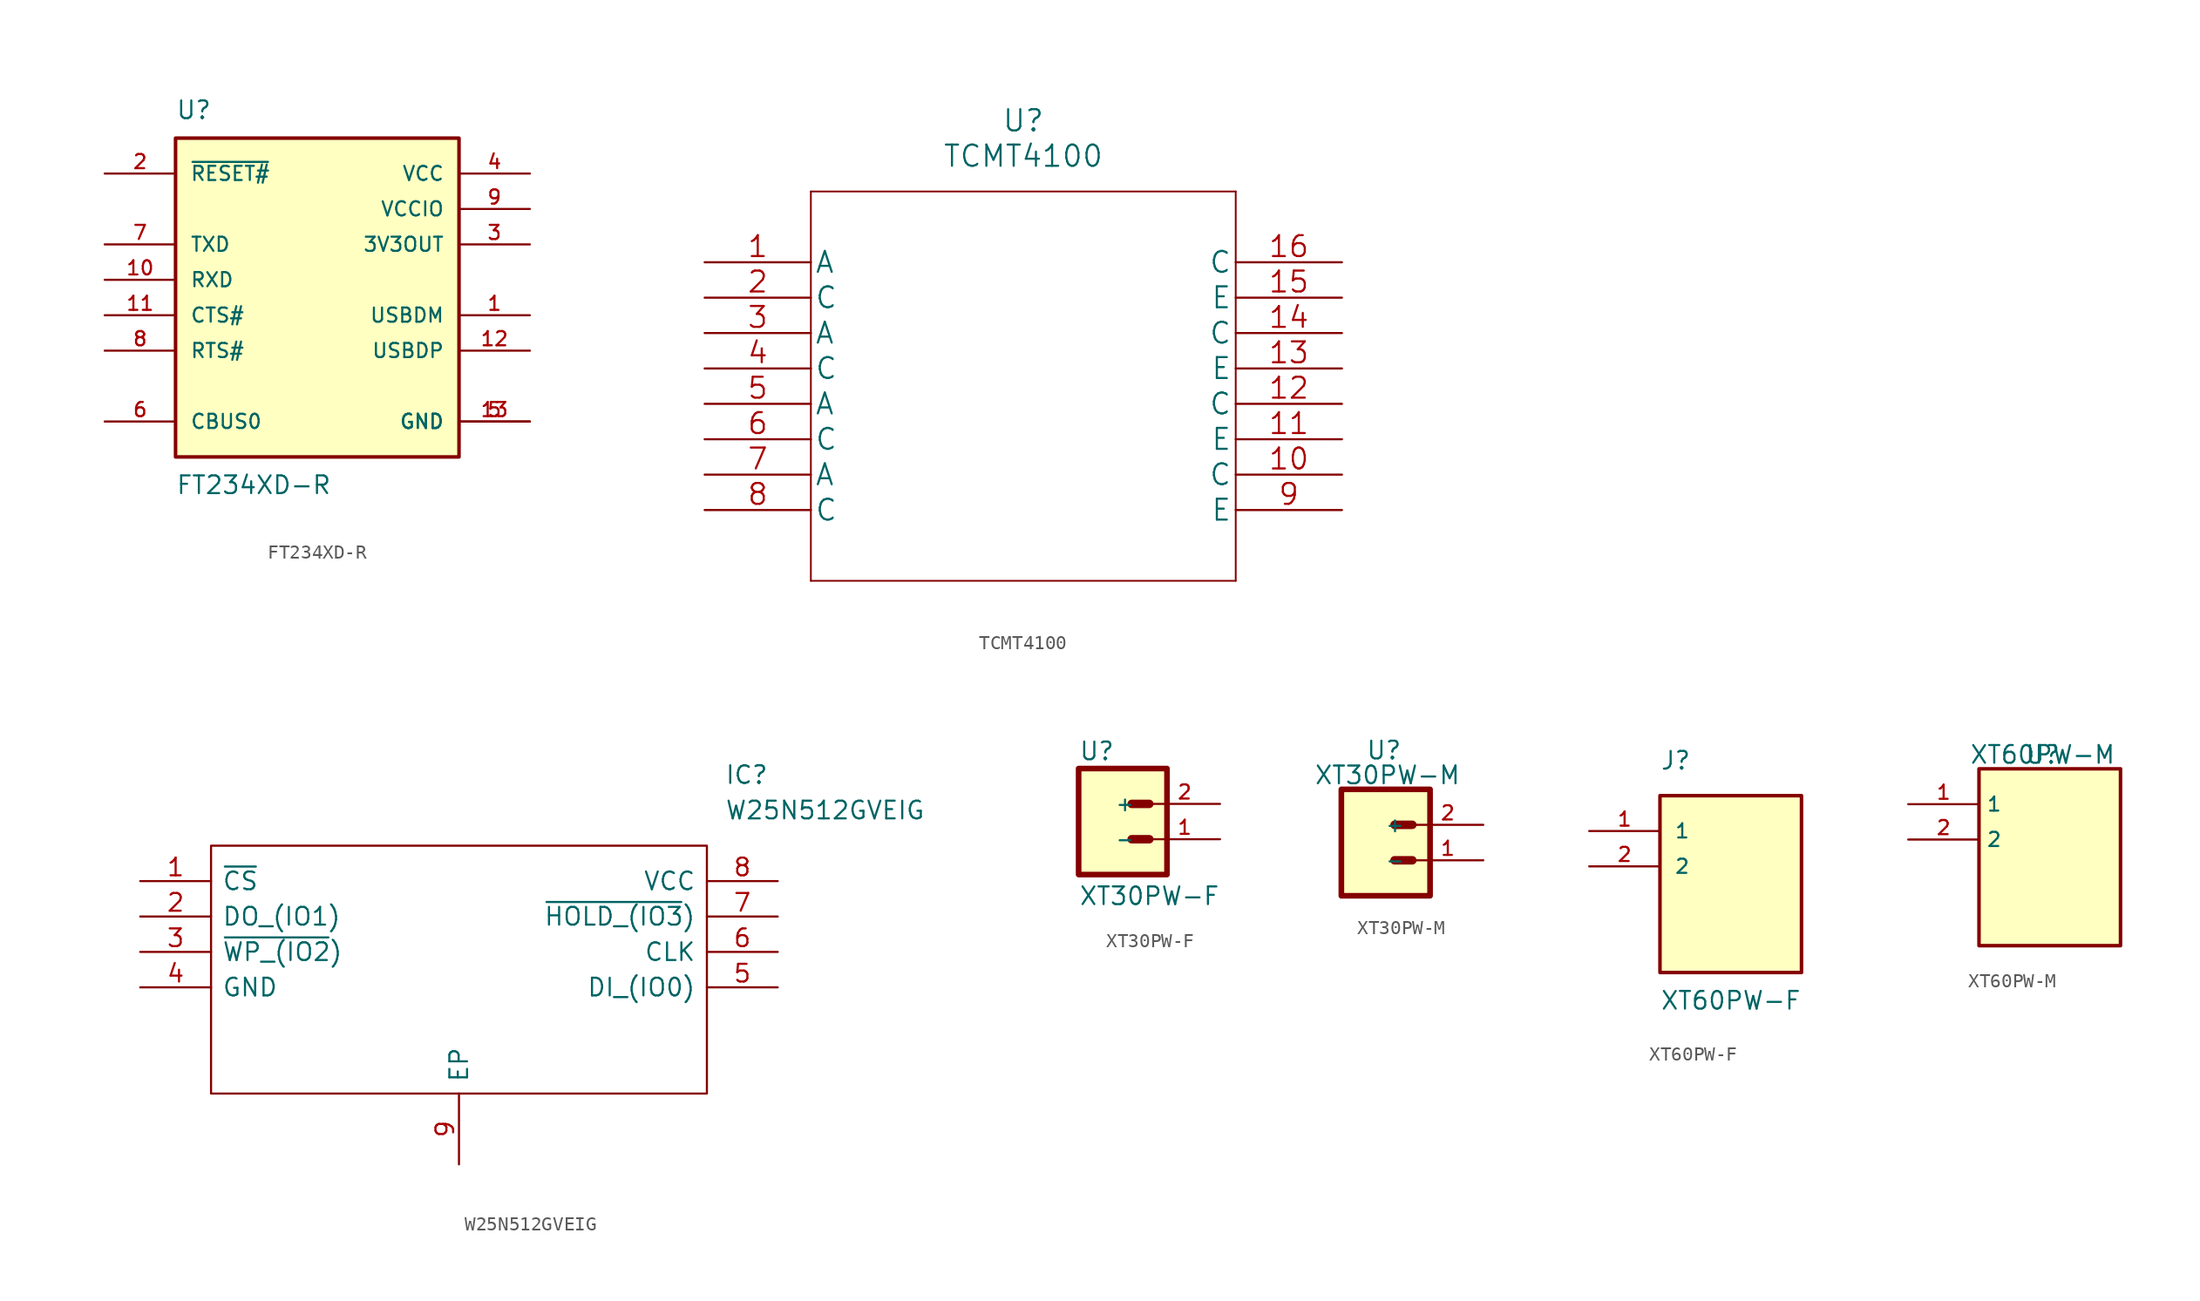
<source format=kicad_sym>
(kicad_symbol_lib
  (version 20231120)
  (generator "kicad_symbol_editor")
  (generator_version "8.0")
  (symbol "FT234XD-R"
    (pin_names
      (offset 1.016))
    (property "Reference" "U"
      (at -10.16 13.97 0)
      (effects (font (size 1.27 1.27)) (justify left bottom)))
    (property "Value" "FT234XD-R"
      (at -10.16 -11.43 0)
      (effects (font (size 1.27 1.27)) (justify left top)))
    (symbol "FT234XD-R_0_0"
      (rectangle (start -10.16 -10.16) (end 10.16 12.7) (stroke (width 0.254) (type default)) (fill (type background)))
      (pin bidirectional line (at 15.24 0 180) (length 5.08) (name "USBDM" (effects (font (size 1.016 1.016)))) (number "1" (effects (font (size 1.016 1.016)))))
      (pin input line (at -15.24 2.54 0) (length 5.08) (name "RXD" (effects (font (size 1.016 1.016)))) (number "10" (effects (font (size 1.016 1.016)))))
      (pin input line (at -15.24 0 0) (length 5.08) (name "CTS#" (effects (font (size 1.016 1.016)))) (number "11" (effects (font (size 1.016 1.016)))))
      (pin bidirectional line (at 15.24 -2.54 180) (length 5.08) (name "USBDP" (effects (font (size 1.016 1.016)))) (number "12" (effects (font (size 1.016 1.016)))))
      (pin power_in line (at 15.24 -7.62 180) (length 5.08) (name "GND" (effects (font (size 1.016 1.016)))) (number "13" (effects (font (size 1.016 1.016)))))
      (pin input line (at -15.24 10.16 0) (length 5.08) (name "~{RESET#}" (effects (font (size 1.016 1.016)))) (number "2" (effects (font (size 1.016 1.016)))))
      (pin output line (at 15.24 5.08 180) (length 5.08) (name "3V3OUT" (effects (font (size 1.016 1.016)))) (number "3" (effects (font (size 1.016 1.016)))))
      (pin power_in line (at 15.24 10.16 180) (length 5.08) (name "VCC" (effects (font (size 1.016 1.016)))) (number "4" (effects (font (size 1.016 1.016)))))
      (pin power_in line (at 15.24 -7.62 180) (length 5.08) (name "GND" (effects (font (size 1.016 1.016)))) (number "5" (effects (font (size 1.016 1.016)))))
      (pin bidirectional line (at -15.24 -7.62 0) (length 5.08) (name "CBUS0" (effects (font (size 1.016 1.016)))) (number "6" (effects (font (size 1.016 1.016)))))
      (pin output line (at -15.24 5.08 0) (length 5.08) (name "TXD" (effects (font (size 1.016 1.016)))) (number "7" (effects (font (size 1.016 1.016)))))
      (pin output line (at -15.24 -2.54 0) (length 5.08) (name "RTS#" (effects (font (size 1.016 1.016)))) (number "8" (effects (font (size 1.016 1.016)))))
      (pin power_in line (at 15.24 7.62 180) (length 5.08) (name "VCCIO" (effects (font (size 1.016 1.016)))) (number "9" (effects (font (size 1.016 1.016)))))))
  (symbol "TCMT4100"
    (pin_names
      (offset 0.254))
    (property "Reference" "U"
      (at 22.86 10.16 0)
      (effects (font (size 1.524 1.524))))
    (property "Value" "TCMT4100"
      (at 22.86 7.62 0)
      (effects (font (size 1.524 1.524))))
    (property "Datasheet" ""
      (at 0 0 0)
      (effects (font (size 1.524 1.524))))
    (property "ki_locked" ""
      (at 0 0 0)
      (effects (font (size 1.27 1.27))))
    (symbol "TCMT4100_1_1"
      (polyline (pts (xy 7.62 -22.86) (xy 38.1 -22.86)) (stroke (width 0.127) (type solid)) (fill (type none)))
      (polyline (pts (xy 7.62 5.08) (xy 7.62 -22.86)) (stroke (width 0.127) (type solid)) (fill (type none)))
      (polyline (pts (xy 38.1 -22.86) (xy 38.1 5.08)) (stroke (width 0.127) (type solid)) (fill (type none)))
      (polyline (pts (xy 38.1 5.08) (xy 7.62 5.08)) (stroke (width 0.127) (type solid)) (fill (type none)))
      (pin unspecified line (at 0 0 0) (length 7.62) (name "A" (effects (font (size 1.499 1.499)))) (number "1" (effects (font (size 1.499 1.499)))))
      (pin unspecified line (at 45.72 -15.24 180) (length 7.62) (name "C" (effects (font (size 1.499 1.499)))) (number "10" (effects (font (size 1.499 1.499)))))
      (pin unspecified line (at 45.72 -12.7 180) (length 7.62) (name "E" (effects (font (size 1.499 1.499)))) (number "11" (effects (font (size 1.499 1.499)))))
      (pin unspecified line (at 45.72 -10.16 180) (length 7.62) (name "C" (effects (font (size 1.499 1.499)))) (number "12" (effects (font (size 1.499 1.499)))))
      (pin unspecified line (at 45.72 -7.62 180) (length 7.62) (name "E" (effects (font (size 1.499 1.499)))) (number "13" (effects (font (size 1.499 1.499)))))
      (pin unspecified line (at 45.72 -5.08 180) (length 7.62) (name "C" (effects (font (size 1.499 1.499)))) (number "14" (effects (font (size 1.499 1.499)))))
      (pin unspecified line (at 45.72 -2.54 180) (length 7.62) (name "E" (effects (font (size 1.499 1.499)))) (number "15" (effects (font (size 1.499 1.499)))))
      (pin unspecified line (at 45.72 0 180) (length 7.62) (name "C" (effects (font (size 1.499 1.499)))) (number "16" (effects (font (size 1.499 1.499)))))
      (pin unspecified line (at 0 -2.54 0) (length 7.62) (name "C" (effects (font (size 1.499 1.499)))) (number "2" (effects (font (size 1.499 1.499)))))
      (pin unspecified line (at 0 -5.08 0) (length 7.62) (name "A" (effects (font (size 1.499 1.499)))) (number "3" (effects (font (size 1.499 1.499)))))
      (pin unspecified line (at 0 -7.62 0) (length 7.62) (name "C" (effects (font (size 1.499 1.499)))) (number "4" (effects (font (size 1.499 1.499)))))
      (pin unspecified line (at 0 -10.16 0) (length 7.62) (name "A" (effects (font (size 1.499 1.499)))) (number "5" (effects (font (size 1.499 1.499)))))
      (pin unspecified line (at 0 -12.7 0) (length 7.62) (name "C" (effects (font (size 1.499 1.499)))) (number "6" (effects (font (size 1.499 1.499)))))
      (pin unspecified line (at 0 -15.24 0) (length 7.62) (name "A" (effects (font (size 1.499 1.499)))) (number "7" (effects (font (size 1.499 1.499)))))
      (pin unspecified line (at 0 -17.78 0) (length 7.62) (name "C" (effects (font (size 1.499 1.499)))) (number "8" (effects (font (size 1.499 1.499)))))
      (pin unspecified line (at 45.72 -17.78 180) (length 7.62) (name "E" (effects (font (size 1.499 1.499)))) (number "9" (effects (font (size 1.499 1.499)))))))
  (symbol "W25N512GVEIG"
    (pin_names
      (offset 0.762))
    (property "Reference" "IC"
      (at 41.91 7.62 0)
      (effects (font (size 1.27 1.27)) (justify left)))
    (property "Value" "W25N512GVEIG"
      (at 41.91 5.08 0)
      (effects (font (size 1.27 1.27)) (justify left)))
    (symbol "W25N512GVEIG_0_0"
      (pin passive line (at 0 0 0) (length 5.08) (name "~{CS}" (effects (font (size 1.27 1.27)))) (number "1" (effects (font (size 1.27 1.27)))))
      (pin passive line (at 0 -2.54 0) (length 5.08) (name "DO_(IO1)" (effects (font (size 1.27 1.27)))) (number "2" (effects (font (size 1.27 1.27)))))
      (pin passive line (at 0 -5.08 0) (length 5.08) (name "~{WP_(IO2})" (effects (font (size 1.27 1.27)))) (number "3" (effects (font (size 1.27 1.27)))))
      (pin passive line (at 0 -7.62 0) (length 5.08) (name "GND" (effects (font (size 1.27 1.27)))) (number "4" (effects (font (size 1.27 1.27)))))
      (pin passive line (at 45.72 -7.62 180) (length 5.08) (name "DI_(IO0)" (effects (font (size 1.27 1.27)))) (number "5" (effects (font (size 1.27 1.27)))))
      (pin passive line (at 45.72 -5.08 180) (length 5.08) (name "CLK" (effects (font (size 1.27 1.27)))) (number "6" (effects (font (size 1.27 1.27)))))
      (pin passive line (at 45.72 -2.54 180) (length 5.08) (name "~{HOLD_(IO3})" (effects (font (size 1.27 1.27)))) (number "7" (effects (font (size 1.27 1.27)))))
      (pin passive line (at 45.72 0 180) (length 5.08) (name "VCC" (effects (font (size 1.27 1.27)))) (number "8" (effects (font (size 1.27 1.27)))))
      (pin power_in line (at 22.86 -20.32 90) (length 5.08) (name "EP" (effects (font (size 1.27 1.27)))) (number "9" (effects (font (size 1.27 1.27))))))
    (symbol "W25N512GVEIG_0_1"
      (polyline (pts (xy 5.08 2.54) (xy 40.64 2.54) (xy 40.64 -15.24) (xy 5.08 -15.24) (xy 5.08 2.54)) (stroke (width 0.152) (type default)) (fill (type none)))))
  (symbol "XT30PW-F"
    (pin_names
      (offset 1.016))
    (property "Reference" "U"
      (at -2.54 5.588 0)
      (effects (font (size 1.27 1.27)) (justify left bottom)))
    (property "Value" "XT30PW-F"
      (at -2.54 -4.826 0)
      (effects (font (size 1.27 1.27)) (justify left bottom)))
    (symbol "XT30PW-F_0_0"
      (rectangle (start -2.54 -2.54) (end 3.81 5.08) (stroke (width 0.406) (type default)) (fill (type background)))
      (polyline (pts (xy 1.27 0) (xy 2.54 0)) (stroke (width 0.61) (type default)) (fill (type none)))
      (polyline (pts (xy 1.27 2.54) (xy 2.54 2.54)) (stroke (width 0.61) (type default)) (fill (type none))))
    (symbol "XT30PW-F_1_0"
      (pin passive line (at 7.62 0 180) (length 5.08) (name "-" (effects (font (size 1.016 1.016)))) (number "1" (effects (font (size 1.016 1.016)))))
      (pin passive line (at 7.62 2.54 180) (length 5.08) (name "+" (effects (font (size 1.016 1.016)))) (number "2" (effects (font (size 1.016 1.016)))))))
  (symbol "XT30PW-M"
    (property "Reference" "U"
      (at 0 6.35 0)
      (effects (font (size 1.27 1.27))))
    (property "Value" "XT30PW-M"
      (at 0.254 4.572 0)
      (effects (font (size 1.27 1.27))))
    (symbol "XT30PW-M_0_0"
      (rectangle (start -3.048 -4.064) (end 3.302 3.556) (stroke (width 0.406) (type default)) (fill (type background)))
      (polyline (pts (xy 0.762 -1.524) (xy 2.032 -1.524)) (stroke (width 0.61) (type default)) (fill (type none)))
      (polyline (pts (xy 0.762 1.016) (xy 2.032 1.016)) (stroke (width 0.61) (type default)) (fill (type none))))
    (symbol "XT30PW-M_1_0"
      (pin passive line (at 7.112 -1.524 180) (length 5.08) (name "-" (effects (font (size 1.016 1.016)))) (number "1" (effects (font (size 1.016 1.016)))))
      (pin passive line (at 7.112 1.016 180) (length 5.08) (name "+" (effects (font (size 1.016 1.016)))) (number "2" (effects (font (size 1.016 1.016)))))))
  (symbol "XT60PW-F"
    (pin_names
      (offset 1.016))
    (property "Reference" "J"
      (at -5.08 6.858 0)
      (effects (font (size 1.27 1.27)) (justify left bottom)))
    (property "Value" "XT60PW-F"
      (at -5.08 -8.89 0)
      (effects (font (size 1.27 1.27)) (justify left top)))
    (symbol "XT60PW-F_0_0"
      (rectangle (start -5.08 -7.62) (end 5.08 5.08) (stroke (width 0.254) (type default)) (fill (type background)))
      (pin power_in line (at -10.16 2.54 0) (length 5.08) (name "1" (effects (font (size 1.016 1.016)))) (number "1" (effects (font (size 1.016 1.016)))))
      (pin power_in line (at -10.16 0 0) (length 5.08) (name "2" (effects (font (size 1.016 1.016)))) (number "2" (effects (font (size 1.016 1.016)))))))
  (symbol "XT60PW-M"
    (property "Reference" "U"
      (at 0 0 0)
      (effects (font (size 1.27 1.27))))
    (property "Value" "XT60PW-M"
      (at 0 0 0)
      (effects (font (size 1.27 1.27))))
    (symbol "XT60PW-M_0_0"
      (rectangle (start -4.572 -13.716) (end 5.588 -1.016) (stroke (width 0.254) (type default)) (fill (type background)))
      (pin power_in line (at -9.652 -3.556 0) (length 5.08) (name "1" (effects (font (size 1.016 1.016)))) (number "1" (effects (font (size 1.016 1.016)))))
      (pin power_in line (at -9.652 -6.096 0) (length 5.08) (name "2" (effects (font (size 1.016 1.016)))) (number "2" (effects (font (size 1.016 1.016))))))))
</source>
